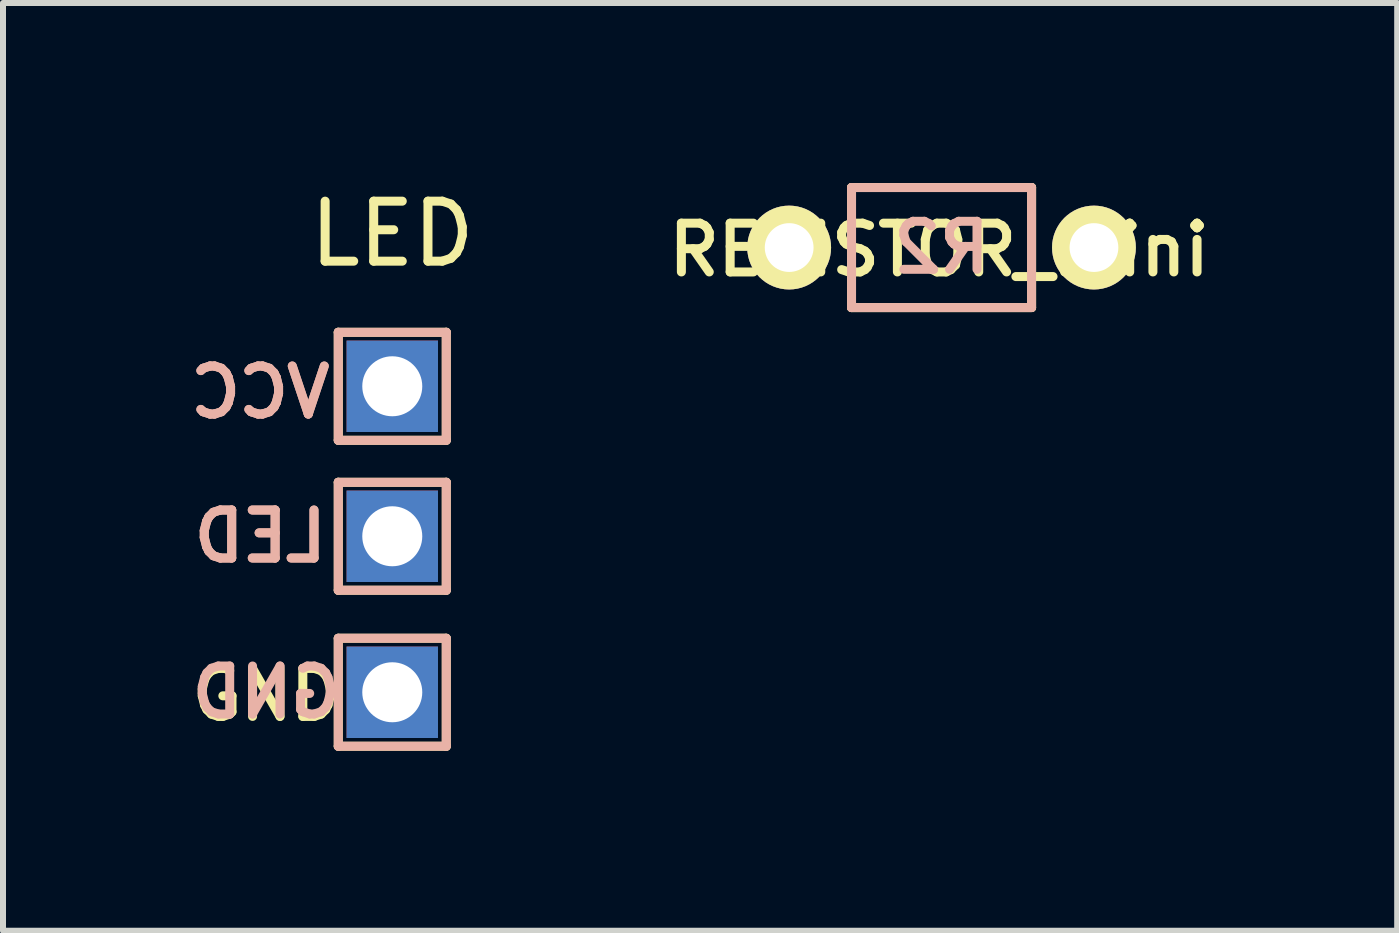
<source format=kicad_pcb>
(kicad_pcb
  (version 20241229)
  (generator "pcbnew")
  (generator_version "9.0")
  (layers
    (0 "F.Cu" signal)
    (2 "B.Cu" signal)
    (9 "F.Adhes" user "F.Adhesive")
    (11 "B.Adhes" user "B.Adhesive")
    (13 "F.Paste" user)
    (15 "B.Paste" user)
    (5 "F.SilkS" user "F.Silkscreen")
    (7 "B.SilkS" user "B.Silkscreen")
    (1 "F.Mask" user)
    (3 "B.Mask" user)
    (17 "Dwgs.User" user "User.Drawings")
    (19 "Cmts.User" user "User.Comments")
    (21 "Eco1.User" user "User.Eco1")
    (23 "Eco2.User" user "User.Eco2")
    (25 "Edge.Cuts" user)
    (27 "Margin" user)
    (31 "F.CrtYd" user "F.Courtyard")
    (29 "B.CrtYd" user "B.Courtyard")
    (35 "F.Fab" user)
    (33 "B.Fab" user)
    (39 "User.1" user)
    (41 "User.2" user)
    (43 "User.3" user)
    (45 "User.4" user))
  (footprint "RESISTOR_mini"
    (layer "F.Cu")
    (at 12.643 1.076)
    (property "Reference" "RESISTOR_mini" (at -0.039 0.038 180) (layer "F.SilkS") (effects (font (size 0.813 0.813) (thickness 0.15))))
    (attr through_hole)
    (fp_line (start -1.501 -1.001) (end -1.501 1.001) (stroke (width 0.15) (type solid)) (layer "F.SilkS"))
    (fp_line (start -1.501 1.001) (end 1.501 1.001) (stroke (width 0.15) (type solid)) (layer "F.SilkS"))
    (fp_line (start 1.501 -1.001) (end -1.501 -1.001) (stroke (width 0.15) (type solid)) (layer "F.SilkS"))
    (fp_line (start 1.501 1.001) (end 1.501 -1.001) (stroke (width 0.15) (type solid)) (layer "F.SilkS"))
    (fp_line (start -1.5 -1) (end 1.5 -1) (stroke (width 0.15) (type solid)) (layer "B.SilkS"))
    (fp_line (start -1.5 1) (end -1.5 -1) (stroke (width 0.15) (type solid)) (layer "B.SilkS"))
    (fp_line (start 1.5 -1) (end 1.5 1) (stroke (width 0.15) (type solid)) (layer "B.SilkS"))
    (fp_line (start 1.5 1) (end -1.5 1) (stroke (width 0.15) (type solid)) (layer "B.SilkS"))
    (fp_text user "R2" (at 0 0 180) (layer "B.SilkS") (effects (font (size 0.8 0.8) (thickness 0.15)) (justify mirror)))
    (pad "1" thru_hole circle (at -2.54 0) (size 1.397 1.397) (drill 0.813) (layers "*.Cu" "*.Mask" "F.SilkS"))
    (pad "2" thru_hole circle (at 2.54 0) (size 1.397 1.397) (drill 0.813) (layers "*.Cu" "*.Mask" "F.SilkS")))
  (footprint "LED"
    (layer "F.Cu")
    (at 3.488 3.388)
    (property "Reference" "LED" (at 0 -2.54 180) (layer "F.SilkS") (effects (font (size 1 1) (thickness 0.15))))
    (attr through_hole)
    (fp_line (start -0.9 -0.9) (end 0.9 -0.9) (stroke (width 0.15) (type solid)) (layer "F.SilkS"))
    (fp_line (start -0.9 0.9) (end -0.9 -0.9) (stroke (width 0.15) (type solid)) (layer "F.SilkS"))
    (fp_line (start -0.9 1.6) (end -0.9 3.4) (stroke (width 0.15) (type solid)) (layer "F.SilkS"))
    (fp_line (start -0.9 1.6) (end 0.9 1.6) (stroke (width 0.15) (type solid)) (layer "F.SilkS"))
    (fp_line (start -0.9 4.2) (end -0.9 6) (stroke (width 0.15) (type solid)) (layer "F.SilkS"))
    (fp_line (start -0.9 4.2) (end 0.9 4.2) (stroke (width 0.15) (type solid)) (layer "F.SilkS"))
    (fp_line (start 0.9 -0.9) (end 0.9 0.9) (stroke (width 0.15) (type solid)) (layer "F.SilkS"))
    (fp_line (start 0.9 0.9) (end -0.9 0.9) (stroke (width 0.15) (type solid)) (layer "F.SilkS"))
    (fp_line (start 0.9 1.6) (end 0.9 3.4) (stroke (width 0.15) (type solid)) (layer "F.SilkS"))
    (fp_line (start 0.9 3.4) (end -0.9 3.4) (stroke (width 0.15) (type solid)) (layer "F.SilkS"))
    (fp_line (start 0.9 4.2) (end 0.9 6) (stroke (width 0.15) (type solid)) (layer "F.SilkS"))
    (fp_line (start 0.9 6) (end -0.9 6) (stroke (width 0.15) (type solid)) (layer "F.SilkS"))
    (fp_line (start -0.9 -0.9) (end 0.9 -0.9) (stroke (width 0.15) (type solid)) (layer "B.SilkS"))
    (fp_line (start -0.9 0.9) (end -0.9 -0.9) (stroke (width 0.15) (type solid)) (layer "B.SilkS"))
    (fp_line (start -0.9 1.6) (end 0.9 1.6) (stroke (width 0.15) (type solid)) (layer "B.SilkS"))
    (fp_line (start -0.9 3.4) (end -0.9 1.6) (stroke (width 0.15) (type solid)) (layer "B.SilkS"))
    (fp_line (start -0.9 4.2) (end 0.9 4.2) (stroke (width 0.15) (type solid)) (layer "B.SilkS"))
    (fp_line (start -0.9 6) (end -0.9 4.2) (stroke (width 0.15) (type solid)) (layer "B.SilkS"))
    (fp_line (start 0.9 -0.9) (end 0.9 0.9) (stroke (width 0.15) (type solid)) (layer "B.SilkS"))
    (fp_line (start 0.9 0.9) (end -0.9 0.9) (stroke (width 0.15) (type solid)) (layer "B.SilkS"))
    (fp_line (start 0.9 1.6) (end 0.9 3.4) (stroke (width 0.15) (type solid)) (layer "B.SilkS"))
    (fp_line (start 0.9 3.4) (end -0.9 3.4) (stroke (width 0.15) (type solid)) (layer "B.SilkS"))
    (fp_line (start 0.9 4.2) (end 0.9 6) (stroke (width 0.15) (type solid)) (layer "B.SilkS"))
    (fp_line (start 0.9 6) (end -0.9 6) (stroke (width 0.15) (type solid)) (layer "B.SilkS"))
    (fp_text user "GND" (at -2.1 5.14 180) (layer "F.SilkS") (effects (font (size 0.8 0.8) (thickness 0.15))))
    (fp_text user "GND" (at -2.1 5.1 180) (layer "B.SilkS") (effects (font (size 0.8 0.8) (thickness 0.15)) (justify mirror)))
    (fp_text user "VCC" (at -2.2 0.1 180) (layer "B.SilkS") (effects (font (size 0.8 0.8) (thickness 0.15)) (justify mirror)))
    (fp_text user "LED" (at -2.2 2.5 180) (layer "B.SilkS") (effects (font (size 0.8 0.8) (thickness 0.15)) (justify mirror)))
    (fp_text user "VCC" (at -2.2 0.1 180) (layer "B.SilkS") (effects (font (size 0.8 0.8) (thickness 0.15)) (justify mirror)))
    (fp_text user "LED" (at -2.2 2.5 180) (layer "B.SilkS") (effects (font (size 0.8 0.8) (thickness 0.15)) (justify mirror)))
    (pad "1" thru_hole rect (at 0 0 90) (size 1.524 1.524) (drill 1) (layers "*.Cu" "*.Mask"))
    (pad "2" thru_hole rect (at 0 2.5) (size 1.524 1.524) (drill 1) (layers "*.Cu" "*.Mask"))
    (pad "3" thru_hole rect (at 0 5.1) (size 1.524 1.524) (drill 1) (layers "*.Cu" "*.Mask")))
  (gr_rect
    (start -3 -3)
    (end 20.237 12.463)
    (stroke (width 0.1) (type default))
    (fill no)
    (layer "Edge.Cuts")))
</source>
